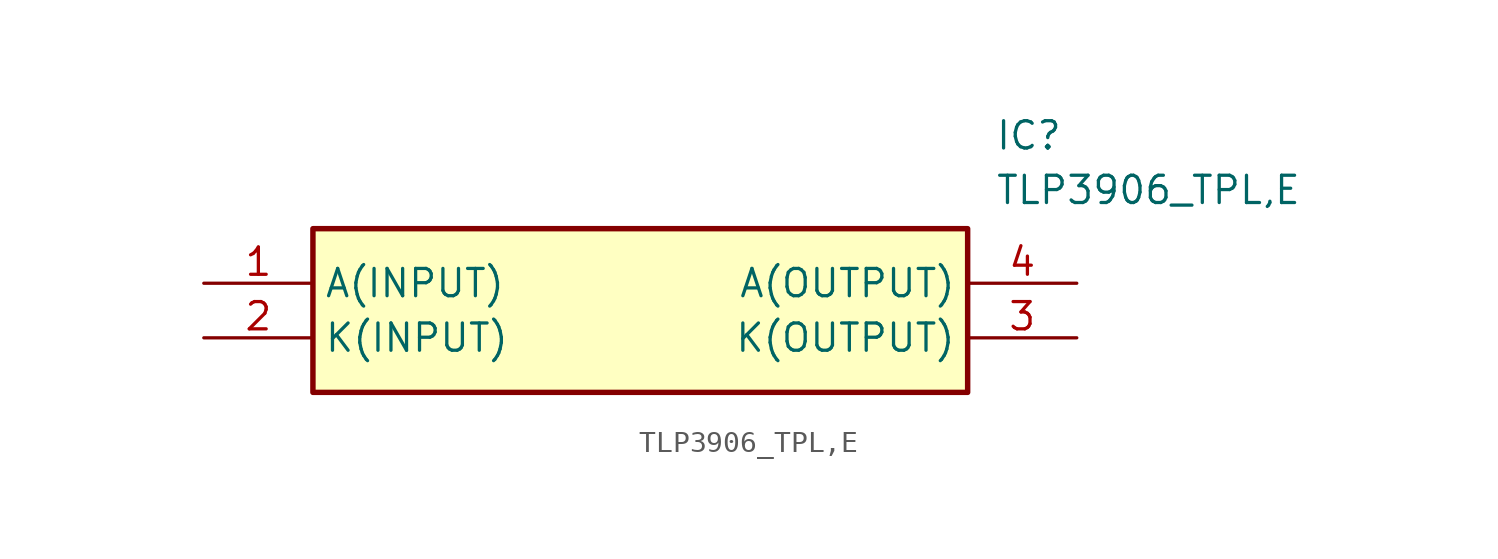
<source format=kicad_sym>
(kicad_symbol_lib
  (version 20211014)
  (generator SamacSys_ECAD_Model)
  (symbol "TLP3906_TPL,E"
    (property "Reference" "IC"
      (at 36.83 7.62 0)
      (effects (font (size 1.27 1.27)) (justify left top)))
    (property "Value" "TLP3906_TPL,E"
      (at 36.83 5.08 0)
      (effects (font (size 1.27 1.27)) (justify left top)))
    (rectangle
      (start 5.08 2.54)
      (end 35.56 -5.08)
      (stroke (width 0.254) (type default))
      (fill (type background)))
    (pin passive line
      (at 0 0 0)
      (length 5.08)
      (name "A(INPUT)" (effects (font (size 1.27 1.27))))
      (number "1" (effects (font (size 1.27 1.27)))))
    (pin passive line
      (at 0 -2.54 0)
      (length 5.08)
      (name "K(INPUT)" (effects (font (size 1.27 1.27))))
      (number "2" (effects (font (size 1.27 1.27)))))
    (pin passive line
      (at 40.64 0 180)
      (length 5.08)
      (name "A(OUTPUT)" (effects (font (size 1.27 1.27))))
      (number "4" (effects (font (size 1.27 1.27)))))
    (pin passive line
      (at 40.64 -2.54 180)
      (length 5.08)
      (name "K(OUTPUT)" (effects (font (size 1.27 1.27))))
      (number "3" (effects (font (size 1.27 1.27)))))))
</source>
